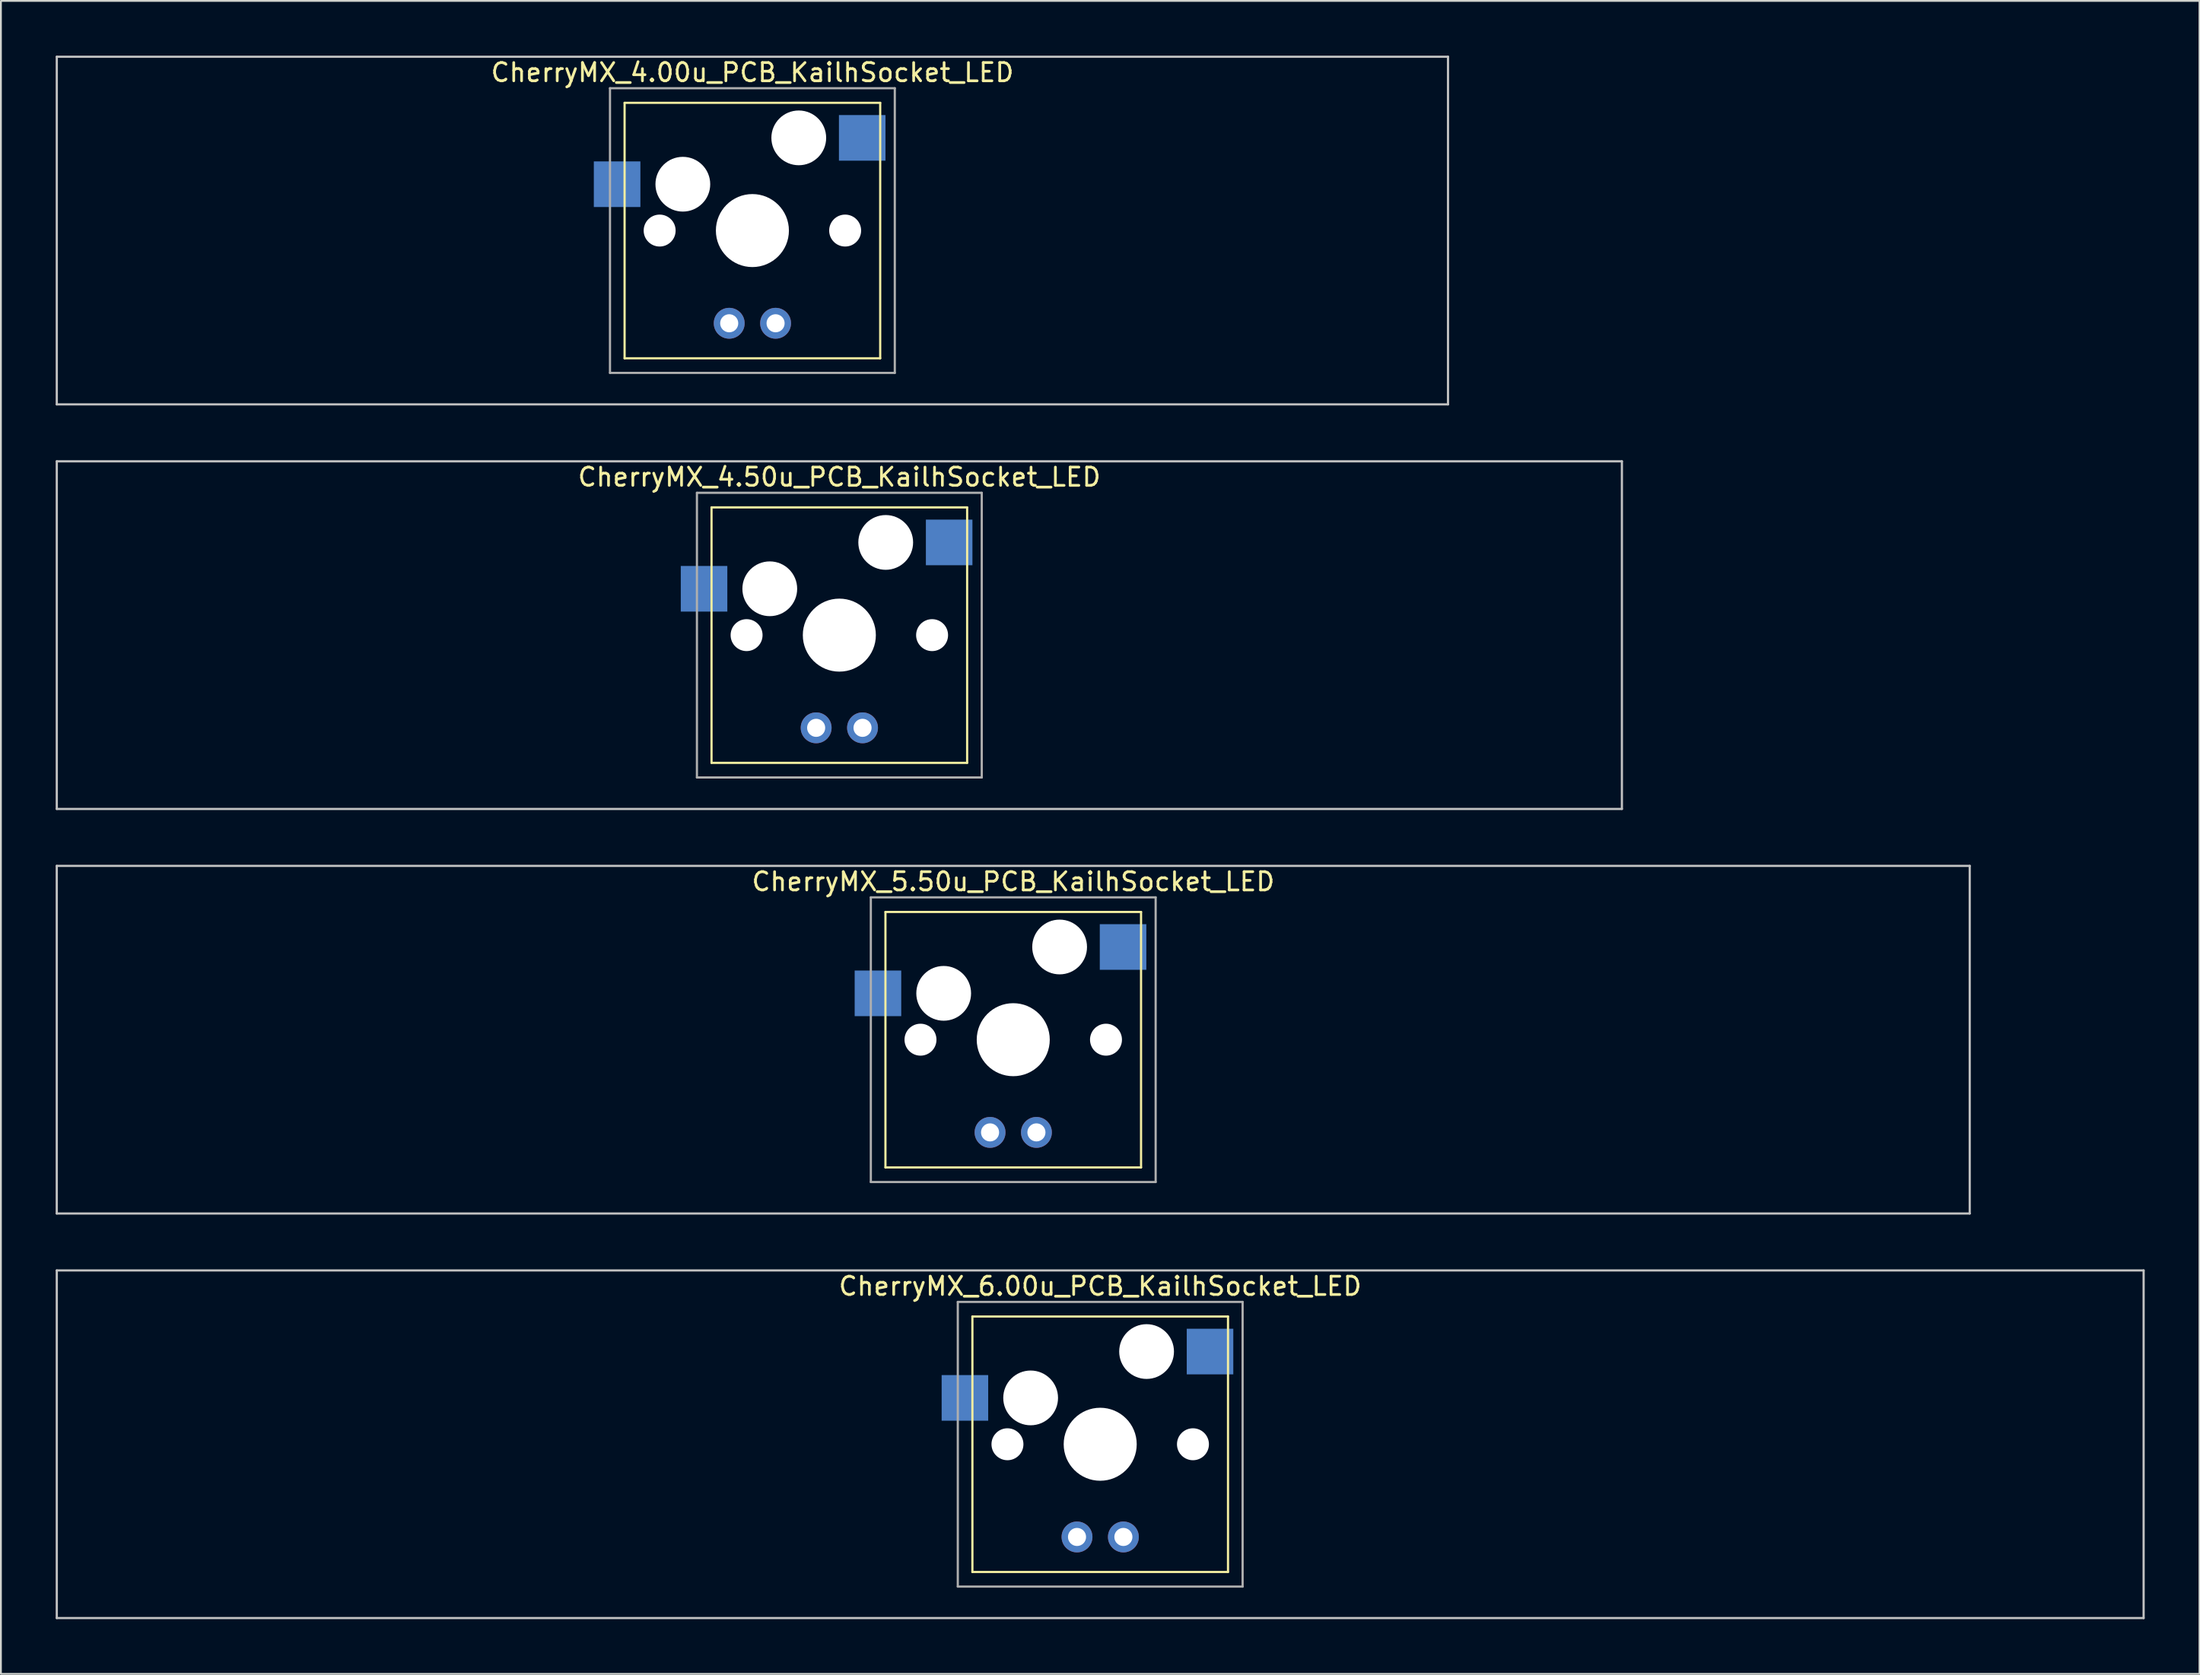
<source format=kicad_pcb>
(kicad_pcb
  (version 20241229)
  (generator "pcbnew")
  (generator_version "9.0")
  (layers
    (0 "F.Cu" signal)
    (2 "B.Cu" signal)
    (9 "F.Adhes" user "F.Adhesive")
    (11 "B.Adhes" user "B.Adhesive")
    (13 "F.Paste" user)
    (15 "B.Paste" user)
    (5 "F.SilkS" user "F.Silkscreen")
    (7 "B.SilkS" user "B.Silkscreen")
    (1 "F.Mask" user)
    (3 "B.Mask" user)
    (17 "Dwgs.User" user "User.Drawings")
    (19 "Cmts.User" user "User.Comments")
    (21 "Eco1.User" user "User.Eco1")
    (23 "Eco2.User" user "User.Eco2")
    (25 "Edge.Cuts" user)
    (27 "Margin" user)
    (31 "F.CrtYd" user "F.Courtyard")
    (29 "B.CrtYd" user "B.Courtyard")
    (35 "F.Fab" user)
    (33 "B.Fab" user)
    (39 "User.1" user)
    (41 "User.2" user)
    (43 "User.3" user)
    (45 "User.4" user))
  (footprint "CherryMX_5.50u_PCB_KailhSocket_LED"
    (layer "F.Cu")
    (at 52.447 53.925)
    (property "Reference" "CherryMX_5.50u_PCB_KailhSocket_LED" (at 0 -8.662 0) (layer "F.SilkS") (effects (font (size 1 1) (thickness 0.15))))
    (attr through_hole)
    (fp_line (start -7 -7) (end -7 7) (stroke (width 0.12) (type solid)) (layer "F.SilkS"))
    (fp_line (start -7 -7) (end 7 -7) (stroke (width 0.12) (type solid)) (layer "F.SilkS"))
    (fp_line (start 7 -7) (end 7 7) (stroke (width 0.12) (type solid)) (layer "F.SilkS"))
    (fp_line (start 7 7) (end -7 7) (stroke (width 0.12) (type solid)) (layer "F.SilkS"))
    (fp_line (start -52.388 -9.525) (end 52.388 -9.525) (stroke (width 0.12) (type solid)) (layer "Dwgs.User"))
    (fp_line (start -52.388 9.525) (end -52.388 -9.525) (stroke (width 0.12) (type solid)) (layer "Dwgs.User"))
    (fp_line (start 52.388 -9.525) (end 52.388 9.525) (stroke (width 0.12) (type solid)) (layer "Dwgs.User"))
    (fp_line (start 52.388 9.525) (end -52.388 9.525) (stroke (width 0.12) (type solid)) (layer "Dwgs.User"))
    (fp_line (start -7.8 -7.8) (end -7.8 7.8) (stroke (width 0.12) (type solid)) (layer "F.Fab"))
    (fp_line (start -7.8 -7.8) (end 7.8 -7.8) (stroke (width 0.12) (type solid)) (layer "F.Fab"))
    (fp_line (start -7.8 7.8) (end 7.8 7.8) (stroke (width 0.12) (type solid)) (layer "F.Fab"))
    (fp_line (start 7.8 -7.8) (end 7.8 7.8) (stroke (width 0.12) (type solid)) (layer "F.Fab"))
    (pad "" np_thru_hole circle (at -5.08 0) (size 1.75 1.75) (drill 1.75) (layers "*.Cu" "*.Mask"))
    (pad "" np_thru_hole circle (at -3.81 -2.54) (size 3 3) (drill 3) (layers "*.Cu" "*.Mask"))
    (pad "" np_thru_hole circle (at 0 0) (size 4 4) (drill 4) (layers "*.Cu" "*.Mask"))
    (pad "" np_thru_hole circle (at 2.54 -5.08) (size 3 3) (drill 3) (layers "*.Cu" "*.Mask"))
    (pad "" np_thru_hole circle (at 5.08 0) (size 1.75 1.75) (drill 1.75) (layers "*.Cu" "*.Mask"))
    (pad "1" smd rect (at -7.41 -2.54) (size 2.55 2.5) (layers "B.Cu" "B.Mask" "B.Paste"))
    (pad "2" smd rect (at 6.015 -5.08) (size 2.55 2.5) (layers "B.Cu" "B.Mask" "B.Paste"))
    (pad "3" thru_hole circle (at -1.27 5.08) (size 1.691 1.691) (drill 0.991) (layers "*.Cu" "*.Mask"))
    (pad "4" thru_hole circle (at 1.27 5.08) (size 1.691 1.691) (drill 0.991) (layers "*.Cu" "*.Mask")))
  (footprint "CherryMX_6.00u_PCB_KailhSocket_LED"
    (layer "F.Cu")
    (at 57.21 76.095)
    (property "Reference" "CherryMX_6.00u_PCB_KailhSocket_LED" (at 0 -8.662 0) (layer "F.SilkS") (effects (font (size 1 1) (thickness 0.15))))
    (attr through_hole)
    (fp_line (start -7 -7) (end -7 7) (stroke (width 0.12) (type solid)) (layer "F.SilkS"))
    (fp_line (start -7 -7) (end 7 -7) (stroke (width 0.12) (type solid)) (layer "F.SilkS"))
    (fp_line (start 7 -7) (end 7 7) (stroke (width 0.12) (type solid)) (layer "F.SilkS"))
    (fp_line (start 7 7) (end -7 7) (stroke (width 0.12) (type solid)) (layer "F.SilkS"))
    (fp_line (start -57.15 -9.525) (end 57.15 -9.525) (stroke (width 0.12) (type solid)) (layer "Dwgs.User"))
    (fp_line (start -57.15 9.525) (end -57.15 -9.525) (stroke (width 0.12) (type solid)) (layer "Dwgs.User"))
    (fp_line (start 57.15 -9.525) (end 57.15 9.525) (stroke (width 0.12) (type solid)) (layer "Dwgs.User"))
    (fp_line (start 57.15 9.525) (end -57.15 9.525) (stroke (width 0.12) (type solid)) (layer "Dwgs.User"))
    (fp_line (start -7.8 -7.8) (end -7.8 7.8) (stroke (width 0.12) (type solid)) (layer "F.Fab"))
    (fp_line (start -7.8 -7.8) (end 7.8 -7.8) (stroke (width 0.12) (type solid)) (layer "F.Fab"))
    (fp_line (start -7.8 7.8) (end 7.8 7.8) (stroke (width 0.12) (type solid)) (layer "F.Fab"))
    (fp_line (start 7.8 -7.8) (end 7.8 7.8) (stroke (width 0.12) (type solid)) (layer "F.Fab"))
    (pad "" np_thru_hole circle (at -5.08 0) (size 1.75 1.75) (drill 1.75) (layers "*.Cu" "*.Mask"))
    (pad "" np_thru_hole circle (at -3.81 -2.54) (size 3 3) (drill 3) (layers "*.Cu" "*.Mask"))
    (pad "" np_thru_hole circle (at 0 0) (size 4 4) (drill 4) (layers "*.Cu" "*.Mask"))
    (pad "" np_thru_hole circle (at 2.54 -5.08) (size 3 3) (drill 3) (layers "*.Cu" "*.Mask"))
    (pad "" np_thru_hole circle (at 5.08 0) (size 1.75 1.75) (drill 1.75) (layers "*.Cu" "*.Mask"))
    (pad "1" smd rect (at -7.41 -2.54) (size 2.55 2.5) (layers "B.Cu" "B.Mask" "B.Paste"))
    (pad "2" smd rect (at 6.015 -5.08) (size 2.55 2.5) (layers "B.Cu" "B.Mask" "B.Paste"))
    (pad "3" thru_hole circle (at -1.27 5.08) (size 1.691 1.691) (drill 0.991) (layers "*.Cu" "*.Mask"))
    (pad "4" thru_hole circle (at 1.27 5.08) (size 1.691 1.691) (drill 0.991) (layers "*.Cu" "*.Mask")))
  (footprint "CherryMX_4.50u_PCB_KailhSocket_LED"
    (layer "F.Cu")
    (at 42.922 31.755)
    (property "Reference" "CherryMX_4.50u_PCB_KailhSocket_LED" (at 0 -8.662 0) (layer "F.SilkS") (effects (font (size 1 1) (thickness 0.15))))
    (attr through_hole)
    (fp_line (start -7 -7) (end -7 7) (stroke (width 0.12) (type solid)) (layer "F.SilkS"))
    (fp_line (start -7 -7) (end 7 -7) (stroke (width 0.12) (type solid)) (layer "F.SilkS"))
    (fp_line (start 7 -7) (end 7 7) (stroke (width 0.12) (type solid)) (layer "F.SilkS"))
    (fp_line (start 7 7) (end -7 7) (stroke (width 0.12) (type solid)) (layer "F.SilkS"))
    (fp_line (start -42.862 -9.525) (end 42.862 -9.525) (stroke (width 0.12) (type solid)) (layer "Dwgs.User"))
    (fp_line (start -42.862 9.525) (end -42.862 -9.525) (stroke (width 0.12) (type solid)) (layer "Dwgs.User"))
    (fp_line (start 42.862 -9.525) (end 42.862 9.525) (stroke (width 0.12) (type solid)) (layer "Dwgs.User"))
    (fp_line (start 42.862 9.525) (end -42.862 9.525) (stroke (width 0.12) (type solid)) (layer "Dwgs.User"))
    (fp_line (start -7.8 -7.8) (end -7.8 7.8) (stroke (width 0.12) (type solid)) (layer "F.Fab"))
    (fp_line (start -7.8 -7.8) (end 7.8 -7.8) (stroke (width 0.12) (type solid)) (layer "F.Fab"))
    (fp_line (start -7.8 7.8) (end 7.8 7.8) (stroke (width 0.12) (type solid)) (layer "F.Fab"))
    (fp_line (start 7.8 -7.8) (end 7.8 7.8) (stroke (width 0.12) (type solid)) (layer "F.Fab"))
    (pad "" np_thru_hole circle (at -5.08 0) (size 1.75 1.75) (drill 1.75) (layers "*.Cu" "*.Mask"))
    (pad "" np_thru_hole circle (at -3.81 -2.54) (size 3 3) (drill 3) (layers "*.Cu" "*.Mask"))
    (pad "" np_thru_hole circle (at 0 0) (size 4 4) (drill 4) (layers "*.Cu" "*.Mask"))
    (pad "" np_thru_hole circle (at 2.54 -5.08) (size 3 3) (drill 3) (layers "*.Cu" "*.Mask"))
    (pad "" np_thru_hole circle (at 5.08 0) (size 1.75 1.75) (drill 1.75) (layers "*.Cu" "*.Mask"))
    (pad "1" smd rect (at -7.41 -2.54) (size 2.55 2.5) (layers "B.Cu" "B.Mask" "B.Paste"))
    (pad "2" smd rect (at 6.015 -5.08) (size 2.55 2.5) (layers "B.Cu" "B.Mask" "B.Paste"))
    (pad "3" thru_hole circle (at -1.27 5.08) (size 1.691 1.691) (drill 0.991) (layers "*.Cu" "*.Mask"))
    (pad "4" thru_hole circle (at 1.27 5.08) (size 1.691 1.691) (drill 0.991) (layers "*.Cu" "*.Mask")))
  (footprint "CherryMX_4.00u_PCB_KailhSocket_LED"
    (layer "F.Cu")
    (at 38.16 9.585)
    (property "Reference" "CherryMX_4.00u_PCB_KailhSocket_LED" (at 0 -8.662 0) (layer "F.SilkS") (effects (font (size 1 1) (thickness 0.15))))
    (attr through_hole)
    (fp_line (start -7 -7) (end -7 7) (stroke (width 0.12) (type solid)) (layer "F.SilkS"))
    (fp_line (start -7 -7) (end 7 -7) (stroke (width 0.12) (type solid)) (layer "F.SilkS"))
    (fp_line (start 7 -7) (end 7 7) (stroke (width 0.12) (type solid)) (layer "F.SilkS"))
    (fp_line (start 7 7) (end -7 7) (stroke (width 0.12) (type solid)) (layer "F.SilkS"))
    (fp_line (start -38.1 -9.525) (end 38.1 -9.525) (stroke (width 0.12) (type solid)) (layer "Dwgs.User"))
    (fp_line (start -38.1 9.525) (end -38.1 -9.525) (stroke (width 0.12) (type solid)) (layer "Dwgs.User"))
    (fp_line (start 38.1 -9.525) (end 38.1 9.525) (stroke (width 0.12) (type solid)) (layer "Dwgs.User"))
    (fp_line (start 38.1 9.525) (end -38.1 9.525) (stroke (width 0.12) (type solid)) (layer "Dwgs.User"))
    (fp_line (start -7.8 -7.8) (end -7.8 7.8) (stroke (width 0.12) (type solid)) (layer "F.Fab"))
    (fp_line (start -7.8 -7.8) (end 7.8 -7.8) (stroke (width 0.12) (type solid)) (layer "F.Fab"))
    (fp_line (start -7.8 7.8) (end 7.8 7.8) (stroke (width 0.12) (type solid)) (layer "F.Fab"))
    (fp_line (start 7.8 -7.8) (end 7.8 7.8) (stroke (width 0.12) (type solid)) (layer "F.Fab"))
    (pad "" np_thru_hole circle (at -5.08 0) (size 1.75 1.75) (drill 1.75) (layers "*.Cu" "*.Mask"))
    (pad "" np_thru_hole circle (at -3.81 -2.54) (size 3 3) (drill 3) (layers "*.Cu" "*.Mask"))
    (pad "" np_thru_hole circle (at 0 0) (size 4 4) (drill 4) (layers "*.Cu" "*.Mask"))
    (pad "" np_thru_hole circle (at 2.54 -5.08) (size 3 3) (drill 3) (layers "*.Cu" "*.Mask"))
    (pad "" np_thru_hole circle (at 5.08 0) (size 1.75 1.75) (drill 1.75) (layers "*.Cu" "*.Mask"))
    (pad "1" smd rect (at -7.41 -2.54) (size 2.55 2.5) (layers "B.Cu" "B.Mask" "B.Paste"))
    (pad "2" smd rect (at 6.015 -5.08) (size 2.55 2.5) (layers "B.Cu" "B.Mask" "B.Paste"))
    (pad "3" thru_hole circle (at -1.27 5.08) (size 1.691 1.691) (drill 0.991) (layers "*.Cu" "*.Mask"))
    (pad "4" thru_hole circle (at 1.27 5.08) (size 1.691 1.691) (drill 0.991) (layers "*.Cu" "*.Mask")))
  (gr_rect
    (start -3 -3)
    (end 117.42 88.68)
    (stroke (width 0.1) (type default))
    (fill no)
    (layer "Edge.Cuts")))
</source>
